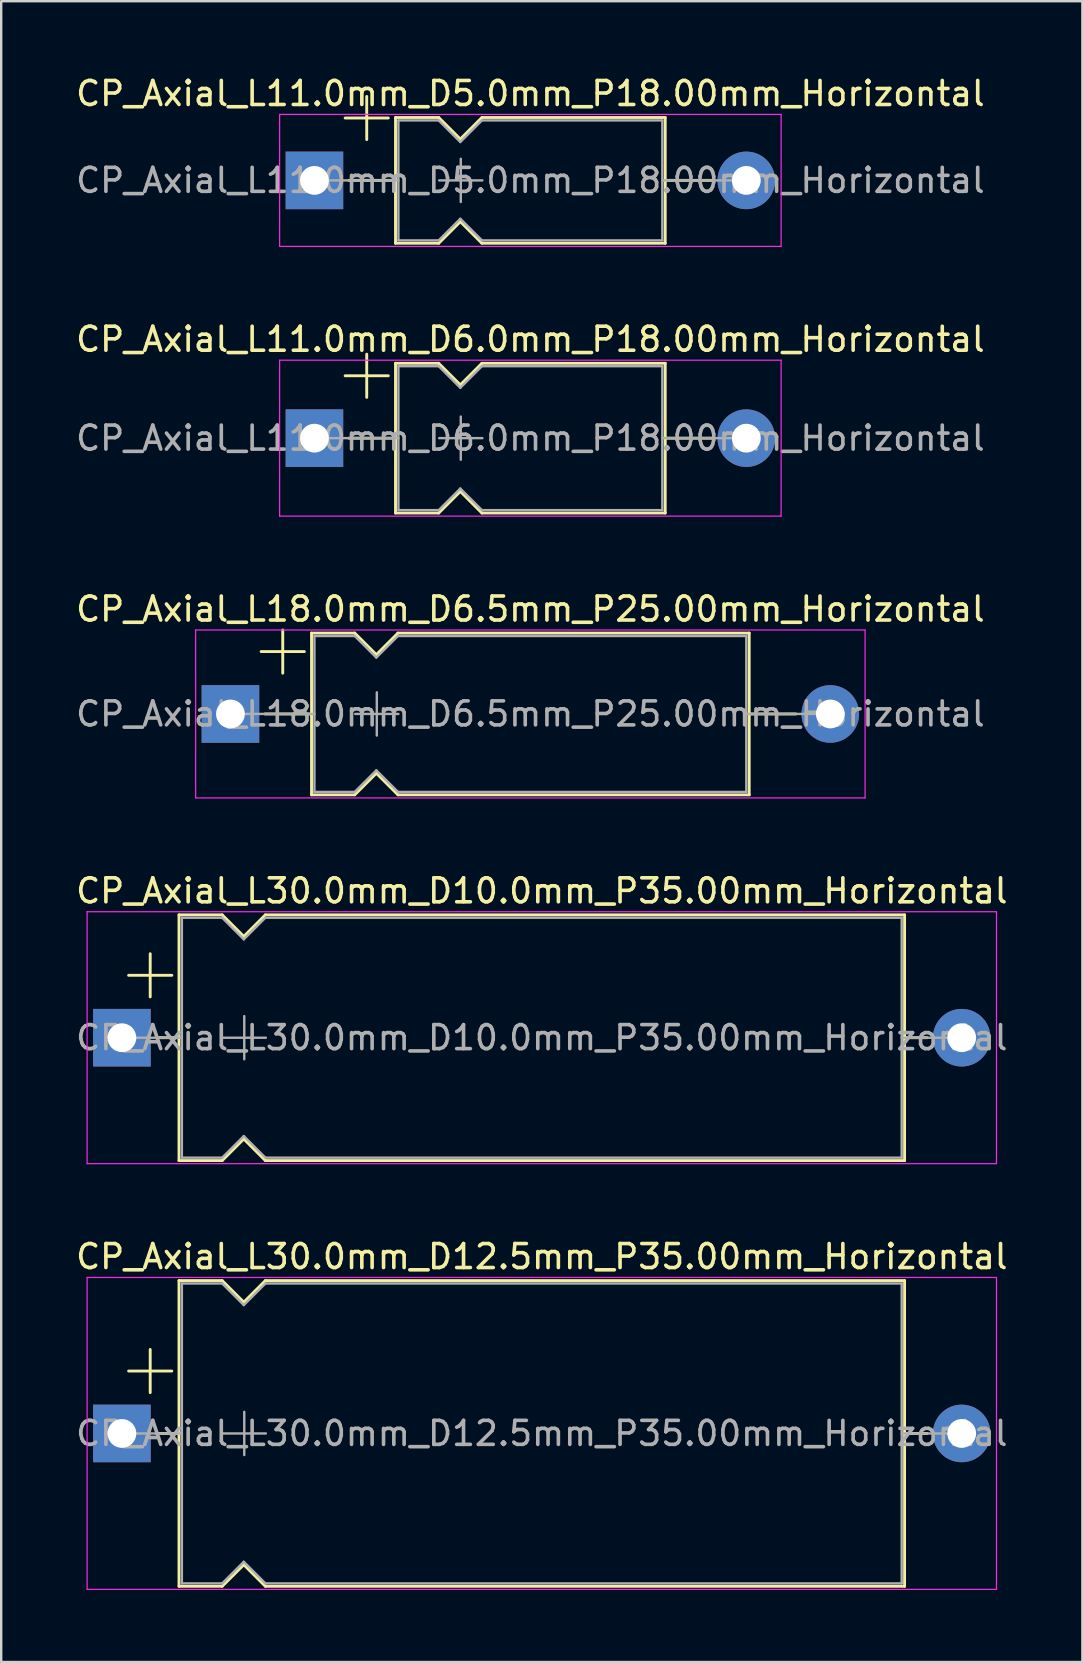
<source format=kicad_pcb>
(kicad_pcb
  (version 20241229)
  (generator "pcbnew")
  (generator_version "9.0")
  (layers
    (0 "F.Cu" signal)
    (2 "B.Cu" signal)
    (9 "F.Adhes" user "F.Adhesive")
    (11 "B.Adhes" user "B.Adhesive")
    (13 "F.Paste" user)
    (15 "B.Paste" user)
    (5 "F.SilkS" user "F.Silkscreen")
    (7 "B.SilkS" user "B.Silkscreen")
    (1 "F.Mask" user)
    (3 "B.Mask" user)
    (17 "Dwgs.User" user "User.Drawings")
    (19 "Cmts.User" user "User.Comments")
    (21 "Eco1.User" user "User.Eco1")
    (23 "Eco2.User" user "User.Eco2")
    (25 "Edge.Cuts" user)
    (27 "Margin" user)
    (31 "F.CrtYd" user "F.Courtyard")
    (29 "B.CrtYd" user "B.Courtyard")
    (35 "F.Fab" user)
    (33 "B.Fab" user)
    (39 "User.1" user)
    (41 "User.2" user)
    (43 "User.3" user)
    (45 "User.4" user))
  (footprint "CP_Axial_L11.0mm_D6.0mm_P18.00mm_Horizontal"
    (layer "F.Cu")
    (at 10.054 15.211)
    (property "Reference" "CP_Axial_L11.0mm_D6.0mm_P18.00mm_Horizontal" (at 9 -4.12 0) (layer "F.SilkS") (effects (font (size 1 1) (thickness 0.15))))
    (attr through_hole)
    (fp_line (start 1.28 -2.6) (end 3.08 -2.6) (stroke (width 0.12) (type solid)) (layer "F.SilkS"))
    (fp_line (start 1.44 0) (end 3.38 0) (stroke (width 0.12) (type solid)) (layer "F.SilkS"))
    (fp_line (start 2.18 -3.5) (end 2.18 -1.7) (stroke (width 0.12) (type solid)) (layer "F.SilkS"))
    (fp_line (start 3.38 -3.12) (end 3.38 3.12) (stroke (width 0.12) (type solid)) (layer "F.SilkS"))
    (fp_line (start 3.38 -3.12) (end 5.18 -3.12) (stroke (width 0.12) (type solid)) (layer "F.SilkS"))
    (fp_line (start 3.38 3.12) (end 5.18 3.12) (stroke (width 0.12) (type solid)) (layer "F.SilkS"))
    (fp_line (start 5.18 -3.12) (end 6.08 -2.22) (stroke (width 0.12) (type solid)) (layer "F.SilkS"))
    (fp_line (start 5.18 3.12) (end 6.08 2.22) (stroke (width 0.12) (type solid)) (layer "F.SilkS"))
    (fp_line (start 6.08 -2.22) (end 6.98 -3.12) (stroke (width 0.12) (type solid)) (layer "F.SilkS"))
    (fp_line (start 6.08 2.22) (end 6.98 3.12) (stroke (width 0.12) (type solid)) (layer "F.SilkS"))
    (fp_line (start 6.98 -3.12) (end 14.62 -3.12) (stroke (width 0.12) (type solid)) (layer "F.SilkS"))
    (fp_line (start 6.98 3.12) (end 14.62 3.12) (stroke (width 0.12) (type solid)) (layer "F.SilkS"))
    (fp_line (start 14.62 -3.12) (end 14.62 3.12) (stroke (width 0.12) (type solid)) (layer "F.SilkS"))
    (fp_line (start 16.56 0) (end 14.62 0) (stroke (width 0.12) (type solid)) (layer "F.SilkS"))
    (fp_line (start -1.45 -3.25) (end -1.45 3.25) (stroke (width 0.05) (type solid)) (layer "F.CrtYd"))
    (fp_line (start -1.45 3.25) (end 19.45 3.25) (stroke (width 0.05) (type solid)) (layer "F.CrtYd"))
    (fp_line (start 19.45 -3.25) (end -1.45 -3.25) (stroke (width 0.05) (type solid)) (layer "F.CrtYd"))
    (fp_line (start 19.45 3.25) (end 19.45 -3.25) (stroke (width 0.05) (type solid)) (layer "F.CrtYd"))
    (fp_line (start 0 0) (end 3.5 0) (stroke (width 0.1) (type solid)) (layer "F.Fab"))
    (fp_line (start 3.5 -3) (end 3.5 3) (stroke (width 0.1) (type solid)) (layer "F.Fab"))
    (fp_line (start 3.5 -3) (end 5.18 -3) (stroke (width 0.1) (type solid)) (layer "F.Fab"))
    (fp_line (start 3.5 3) (end 5.18 3) (stroke (width 0.1) (type solid)) (layer "F.Fab"))
    (fp_line (start 5.18 -3) (end 6.08 -2.1) (stroke (width 0.1) (type solid)) (layer "F.Fab"))
    (fp_line (start 5.18 3) (end 6.08 2.1) (stroke (width 0.1) (type solid)) (layer "F.Fab"))
    (fp_line (start 5.2 0) (end 7 0) (stroke (width 0.1) (type solid)) (layer "F.Fab"))
    (fp_line (start 6.08 -2.1) (end 6.98 -3) (stroke (width 0.1) (type solid)) (layer "F.Fab"))
    (fp_line (start 6.08 2.1) (end 6.98 3) (stroke (width 0.1) (type solid)) (layer "F.Fab"))
    (fp_line (start 6.1 -0.9) (end 6.1 0.9) (stroke (width 0.1) (type solid)) (layer "F.Fab"))
    (fp_line (start 6.98 -3) (end 14.5 -3) (stroke (width 0.1) (type solid)) (layer "F.Fab"))
    (fp_line (start 6.98 3) (end 14.5 3) (stroke (width 0.1) (type solid)) (layer "F.Fab"))
    (fp_line (start 14.5 -3) (end 14.5 3) (stroke (width 0.1) (type solid)) (layer "F.Fab"))
    (fp_line (start 18 0) (end 14.5 0) (stroke (width 0.1) (type solid)) (layer "F.Fab"))
    (fp_text user "${REFERENCE}" (at 9 0 0) (layer "F.Fab") (effects (font (size 1 1) (thickness 0.15))))
    (pad "1" thru_hole rect (at 0 0) (size 2.4 2.4) (drill 1.2) (layers "*.Cu" "*.Mask"))
    (pad "2" thru_hole oval (at 18 0) (size 2.4 2.4) (drill 1.2) (layers "*.Cu" "*.Mask")))
  (footprint "CP_Axial_L11.0mm_D5.0mm_P18.00mm_Horizontal"
    (layer "F.Cu")
    (at 10.054 4.468)
    (property "Reference" "CP_Axial_L11.0mm_D5.0mm_P18.00mm_Horizontal" (at 9 -3.62 0) (layer "F.SilkS") (effects (font (size 1 1) (thickness 0.15))))
    (attr through_hole)
    (fp_line (start 1.28 -2.6) (end 3.08 -2.6) (stroke (width 0.12) (type solid)) (layer "F.SilkS"))
    (fp_line (start 1.44 0) (end 3.38 0) (stroke (width 0.12) (type solid)) (layer "F.SilkS"))
    (fp_line (start 2.18 -3.5) (end 2.18 -1.7) (stroke (width 0.12) (type solid)) (layer "F.SilkS"))
    (fp_line (start 3.38 -2.62) (end 3.38 2.62) (stroke (width 0.12) (type solid)) (layer "F.SilkS"))
    (fp_line (start 3.38 -2.62) (end 5.18 -2.62) (stroke (width 0.12) (type solid)) (layer "F.SilkS"))
    (fp_line (start 3.38 2.62) (end 5.18 2.62) (stroke (width 0.12) (type solid)) (layer "F.SilkS"))
    (fp_line (start 5.18 -2.62) (end 6.08 -1.72) (stroke (width 0.12) (type solid)) (layer "F.SilkS"))
    (fp_line (start 5.18 2.62) (end 6.08 1.72) (stroke (width 0.12) (type solid)) (layer "F.SilkS"))
    (fp_line (start 6.08 -1.72) (end 6.98 -2.62) (stroke (width 0.12) (type solid)) (layer "F.SilkS"))
    (fp_line (start 6.08 1.72) (end 6.98 2.62) (stroke (width 0.12) (type solid)) (layer "F.SilkS"))
    (fp_line (start 6.98 -2.62) (end 14.62 -2.62) (stroke (width 0.12) (type solid)) (layer "F.SilkS"))
    (fp_line (start 6.98 2.62) (end 14.62 2.62) (stroke (width 0.12) (type solid)) (layer "F.SilkS"))
    (fp_line (start 14.62 -2.62) (end 14.62 2.62) (stroke (width 0.12) (type solid)) (layer "F.SilkS"))
    (fp_line (start 16.56 0) (end 14.62 0) (stroke (width 0.12) (type solid)) (layer "F.SilkS"))
    (fp_line (start -1.45 -2.75) (end -1.45 2.75) (stroke (width 0.05) (type solid)) (layer "F.CrtYd"))
    (fp_line (start -1.45 2.75) (end 19.45 2.75) (stroke (width 0.05) (type solid)) (layer "F.CrtYd"))
    (fp_line (start 19.45 -2.75) (end -1.45 -2.75) (stroke (width 0.05) (type solid)) (layer "F.CrtYd"))
    (fp_line (start 19.45 2.75) (end 19.45 -2.75) (stroke (width 0.05) (type solid)) (layer "F.CrtYd"))
    (fp_line (start 0 0) (end 3.5 0) (stroke (width 0.1) (type solid)) (layer "F.Fab"))
    (fp_line (start 3.5 -2.5) (end 3.5 2.5) (stroke (width 0.1) (type solid)) (layer "F.Fab"))
    (fp_line (start 3.5 -2.5) (end 5.18 -2.5) (stroke (width 0.1) (type solid)) (layer "F.Fab"))
    (fp_line (start 3.5 2.5) (end 5.18 2.5) (stroke (width 0.1) (type solid)) (layer "F.Fab"))
    (fp_line (start 5.18 -2.5) (end 6.08 -1.6) (stroke (width 0.1) (type solid)) (layer "F.Fab"))
    (fp_line (start 5.18 2.5) (end 6.08 1.6) (stroke (width 0.1) (type solid)) (layer "F.Fab"))
    (fp_line (start 5.2 0) (end 7 0) (stroke (width 0.1) (type solid)) (layer "F.Fab"))
    (fp_line (start 6.08 -1.6) (end 6.98 -2.5) (stroke (width 0.1) (type solid)) (layer "F.Fab"))
    (fp_line (start 6.08 1.6) (end 6.98 2.5) (stroke (width 0.1) (type solid)) (layer "F.Fab"))
    (fp_line (start 6.1 -0.9) (end 6.1 0.9) (stroke (width 0.1) (type solid)) (layer "F.Fab"))
    (fp_line (start 6.98 -2.5) (end 14.5 -2.5) (stroke (width 0.1) (type solid)) (layer "F.Fab"))
    (fp_line (start 6.98 2.5) (end 14.5 2.5) (stroke (width 0.1) (type solid)) (layer "F.Fab"))
    (fp_line (start 14.5 -2.5) (end 14.5 2.5) (stroke (width 0.1) (type solid)) (layer "F.Fab"))
    (fp_line (start 18 0) (end 14.5 0) (stroke (width 0.1) (type solid)) (layer "F.Fab"))
    (fp_text user "${REFERENCE}" (at 9 0 0) (layer "F.Fab") (effects (font (size 1 1) (thickness 0.15))))
    (pad "1" thru_hole rect (at 0 0) (size 2.4 2.4) (drill 1.2) (layers "*.Cu" "*.Mask"))
    (pad "2" thru_hole oval (at 18 0) (size 2.4 2.4) (drill 1.2) (layers "*.Cu" "*.Mask")))
  (footprint "CP_Axial_L18.0mm_D6.5mm_P25.00mm_Horizontal"
    (layer "F.Cu")
    (at 6.554 26.705)
    (property "Reference" "CP_Axial_L18.0mm_D6.5mm_P25.00mm_Horizontal" (at 12.5 -4.37 0) (layer "F.SilkS") (effects (font (size 1 1) (thickness 0.15))))
    (attr through_hole)
    (fp_line (start 1.28 -2.6) (end 3.08 -2.6) (stroke (width 0.12) (type solid)) (layer "F.SilkS"))
    (fp_line (start 1.44 0) (end 3.38 0) (stroke (width 0.12) (type solid)) (layer "F.SilkS"))
    (fp_line (start 2.18 -3.5) (end 2.18 -1.7) (stroke (width 0.12) (type solid)) (layer "F.SilkS"))
    (fp_line (start 3.38 -3.37) (end 3.38 3.37) (stroke (width 0.12) (type solid)) (layer "F.SilkS"))
    (fp_line (start 3.38 -3.37) (end 5.18 -3.37) (stroke (width 0.12) (type solid)) (layer "F.SilkS"))
    (fp_line (start 3.38 3.37) (end 5.18 3.37) (stroke (width 0.12) (type solid)) (layer "F.SilkS"))
    (fp_line (start 5.18 -3.37) (end 6.08 -2.47) (stroke (width 0.12) (type solid)) (layer "F.SilkS"))
    (fp_line (start 5.18 3.37) (end 6.08 2.47) (stroke (width 0.12) (type solid)) (layer "F.SilkS"))
    (fp_line (start 6.08 -2.47) (end 6.98 -3.37) (stroke (width 0.12) (type solid)) (layer "F.SilkS"))
    (fp_line (start 6.08 2.47) (end 6.98 3.37) (stroke (width 0.12) (type solid)) (layer "F.SilkS"))
    (fp_line (start 6.98 -3.37) (end 21.62 -3.37) (stroke (width 0.12) (type solid)) (layer "F.SilkS"))
    (fp_line (start 6.98 3.37) (end 21.62 3.37) (stroke (width 0.12) (type solid)) (layer "F.SilkS"))
    (fp_line (start 21.62 -3.37) (end 21.62 3.37) (stroke (width 0.12) (type solid)) (layer "F.SilkS"))
    (fp_line (start 23.56 0) (end 21.62 0) (stroke (width 0.12) (type solid)) (layer "F.SilkS"))
    (fp_line (start -1.45 -3.5) (end -1.45 3.5) (stroke (width 0.05) (type solid)) (layer "F.CrtYd"))
    (fp_line (start -1.45 3.5) (end 26.45 3.5) (stroke (width 0.05) (type solid)) (layer "F.CrtYd"))
    (fp_line (start 26.45 -3.5) (end -1.45 -3.5) (stroke (width 0.05) (type solid)) (layer "F.CrtYd"))
    (fp_line (start 26.45 3.5) (end 26.45 -3.5) (stroke (width 0.05) (type solid)) (layer "F.CrtYd"))
    (fp_line (start 0 0) (end 3.5 0) (stroke (width 0.1) (type solid)) (layer "F.Fab"))
    (fp_line (start 3.5 -3.25) (end 3.5 3.25) (stroke (width 0.1) (type solid)) (layer "F.Fab"))
    (fp_line (start 3.5 -3.25) (end 5.18 -3.25) (stroke (width 0.1) (type solid)) (layer "F.Fab"))
    (fp_line (start 3.5 3.25) (end 5.18 3.25) (stroke (width 0.1) (type solid)) (layer "F.Fab"))
    (fp_line (start 5.18 -3.25) (end 6.08 -2.35) (stroke (width 0.1) (type solid)) (layer "F.Fab"))
    (fp_line (start 5.18 3.25) (end 6.08 2.35) (stroke (width 0.1) (type solid)) (layer "F.Fab"))
    (fp_line (start 5.2 0) (end 7 0) (stroke (width 0.1) (type solid)) (layer "F.Fab"))
    (fp_line (start 6.08 -2.35) (end 6.98 -3.25) (stroke (width 0.1) (type solid)) (layer "F.Fab"))
    (fp_line (start 6.08 2.35) (end 6.98 3.25) (stroke (width 0.1) (type solid)) (layer "F.Fab"))
    (fp_line (start 6.1 -0.9) (end 6.1 0.9) (stroke (width 0.1) (type solid)) (layer "F.Fab"))
    (fp_line (start 6.98 -3.25) (end 21.5 -3.25) (stroke (width 0.1) (type solid)) (layer "F.Fab"))
    (fp_line (start 6.98 3.25) (end 21.5 3.25) (stroke (width 0.1) (type solid)) (layer "F.Fab"))
    (fp_line (start 21.5 -3.25) (end 21.5 3.25) (stroke (width 0.1) (type solid)) (layer "F.Fab"))
    (fp_line (start 25 0) (end 21.5 0) (stroke (width 0.1) (type solid)) (layer "F.Fab"))
    (fp_text user "${REFERENCE}" (at 12.5 0 0) (layer "F.Fab") (effects (font (size 1 1) (thickness 0.15))))
    (pad "1" thru_hole rect (at 0 0) (size 2.4 2.4) (drill 1.2) (layers "*.Cu" "*.Mask"))
    (pad "2" thru_hole oval (at 25 0) (size 2.4 2.4) (drill 1.2) (layers "*.Cu" "*.Mask")))
  (footprint "CP_Axial_L30.0mm_D10.0mm_P35.00mm_Horizontal"
    (layer "F.Cu")
    (at 2.03 40.198)
    (property "Reference" "CP_Axial_L30.0mm_D10.0mm_P35.00mm_Horizontal" (at 17.5 -6.12 0) (layer "F.SilkS") (effects (font (size 1 1) (thickness 0.15))))
    (attr through_hole)
    (fp_line (start 0.28 -2.6) (end 2.08 -2.6) (stroke (width 0.12) (type solid)) (layer "F.SilkS"))
    (fp_line (start 1.18 -3.5) (end 1.18 -1.7) (stroke (width 0.12) (type solid)) (layer "F.SilkS"))
    (fp_line (start 1.44 0) (end 2.38 0) (stroke (width 0.12) (type solid)) (layer "F.SilkS"))
    (fp_line (start 2.38 -5.12) (end 2.38 5.12) (stroke (width 0.12) (type solid)) (layer "F.SilkS"))
    (fp_line (start 2.38 -5.12) (end 4.18 -5.12) (stroke (width 0.12) (type solid)) (layer "F.SilkS"))
    (fp_line (start 2.38 5.12) (end 4.18 5.12) (stroke (width 0.12) (type solid)) (layer "F.SilkS"))
    (fp_line (start 4.18 -5.12) (end 5.08 -4.22) (stroke (width 0.12) (type solid)) (layer "F.SilkS"))
    (fp_line (start 4.18 5.12) (end 5.08 4.22) (stroke (width 0.12) (type solid)) (layer "F.SilkS"))
    (fp_line (start 5.08 -4.22) (end 5.98 -5.12) (stroke (width 0.12) (type solid)) (layer "F.SilkS"))
    (fp_line (start 5.08 4.22) (end 5.98 5.12) (stroke (width 0.12) (type solid)) (layer "F.SilkS"))
    (fp_line (start 5.98 -5.12) (end 32.62 -5.12) (stroke (width 0.12) (type solid)) (layer "F.SilkS"))
    (fp_line (start 5.98 5.12) (end 32.62 5.12) (stroke (width 0.12) (type solid)) (layer "F.SilkS"))
    (fp_line (start 32.62 -5.12) (end 32.62 5.12) (stroke (width 0.12) (type solid)) (layer "F.SilkS"))
    (fp_line (start 33.56 0) (end 32.62 0) (stroke (width 0.12) (type solid)) (layer "F.SilkS"))
    (fp_line (start -1.45 -5.25) (end -1.45 5.25) (stroke (width 0.05) (type solid)) (layer "F.CrtYd"))
    (fp_line (start -1.45 5.25) (end 36.45 5.25) (stroke (width 0.05) (type solid)) (layer "F.CrtYd"))
    (fp_line (start 36.45 -5.25) (end -1.45 -5.25) (stroke (width 0.05) (type solid)) (layer "F.CrtYd"))
    (fp_line (start 36.45 5.25) (end 36.45 -5.25) (stroke (width 0.05) (type solid)) (layer "F.CrtYd"))
    (fp_line (start 0 0) (end 2.5 0) (stroke (width 0.1) (type solid)) (layer "F.Fab"))
    (fp_line (start 2.5 -5) (end 2.5 5) (stroke (width 0.1) (type solid)) (layer "F.Fab"))
    (fp_line (start 2.5 -5) (end 4.18 -5) (stroke (width 0.1) (type solid)) (layer "F.Fab"))
    (fp_line (start 2.5 5) (end 4.18 5) (stroke (width 0.1) (type solid)) (layer "F.Fab"))
    (fp_line (start 4.18 -5) (end 5.08 -4.1) (stroke (width 0.1) (type solid)) (layer "F.Fab"))
    (fp_line (start 4.18 5) (end 5.08 4.1) (stroke (width 0.1) (type solid)) (layer "F.Fab"))
    (fp_line (start 4.2 0) (end 6 0) (stroke (width 0.1) (type solid)) (layer "F.Fab"))
    (fp_line (start 5.08 -4.1) (end 5.98 -5) (stroke (width 0.1) (type solid)) (layer "F.Fab"))
    (fp_line (start 5.08 4.1) (end 5.98 5) (stroke (width 0.1) (type solid)) (layer "F.Fab"))
    (fp_line (start 5.1 -0.9) (end 5.1 0.9) (stroke (width 0.1) (type solid)) (layer "F.Fab"))
    (fp_line (start 5.98 -5) (end 32.5 -5) (stroke (width 0.1) (type solid)) (layer "F.Fab"))
    (fp_line (start 5.98 5) (end 32.5 5) (stroke (width 0.1) (type solid)) (layer "F.Fab"))
    (fp_line (start 32.5 -5) (end 32.5 5) (stroke (width 0.1) (type solid)) (layer "F.Fab"))
    (fp_line (start 35 0) (end 32.5 0) (stroke (width 0.1) (type solid)) (layer "F.Fab"))
    (fp_text user "${REFERENCE}" (at 17.5 0 0) (layer "F.Fab") (effects (font (size 1 1) (thickness 0.15))))
    (pad "1" thru_hole rect (at 0 0) (size 2.4 2.4) (drill 1.2) (layers "*.Cu" "*.Mask"))
    (pad "2" thru_hole oval (at 35 0) (size 2.4 2.4) (drill 1.2) (layers "*.Cu" "*.Mask")))
  (footprint "CP_Axial_L30.0mm_D12.5mm_P35.00mm_Horizontal"
    (layer "F.Cu")
    (at 2.03 56.691)
    (property "Reference" "CP_Axial_L30.0mm_D12.5mm_P35.00mm_Horizontal" (at 17.5 -7.37 0) (layer "F.SilkS") (effects (font (size 1 1) (thickness 0.15))))
    (attr through_hole)
    (fp_line (start 0.28 -2.6) (end 2.08 -2.6) (stroke (width 0.12) (type solid)) (layer "F.SilkS"))
    (fp_line (start 1.18 -3.5) (end 1.18 -1.7) (stroke (width 0.12) (type solid)) (layer "F.SilkS"))
    (fp_line (start 1.44 0) (end 2.38 0) (stroke (width 0.12) (type solid)) (layer "F.SilkS"))
    (fp_line (start 2.38 -6.37) (end 2.38 6.37) (stroke (width 0.12) (type solid)) (layer "F.SilkS"))
    (fp_line (start 2.38 -6.37) (end 4.18 -6.37) (stroke (width 0.12) (type solid)) (layer "F.SilkS"))
    (fp_line (start 2.38 6.37) (end 4.18 6.37) (stroke (width 0.12) (type solid)) (layer "F.SilkS"))
    (fp_line (start 4.18 -6.37) (end 5.08 -5.47) (stroke (width 0.12) (type solid)) (layer "F.SilkS"))
    (fp_line (start 4.18 6.37) (end 5.08 5.47) (stroke (width 0.12) (type solid)) (layer "F.SilkS"))
    (fp_line (start 5.08 -5.47) (end 5.98 -6.37) (stroke (width 0.12) (type solid)) (layer "F.SilkS"))
    (fp_line (start 5.08 5.47) (end 5.98 6.37) (stroke (width 0.12) (type solid)) (layer "F.SilkS"))
    (fp_line (start 5.98 -6.37) (end 32.62 -6.37) (stroke (width 0.12) (type solid)) (layer "F.SilkS"))
    (fp_line (start 5.98 6.37) (end 32.62 6.37) (stroke (width 0.12) (type solid)) (layer "F.SilkS"))
    (fp_line (start 32.62 -6.37) (end 32.62 6.37) (stroke (width 0.12) (type solid)) (layer "F.SilkS"))
    (fp_line (start 33.56 0) (end 32.62 0) (stroke (width 0.12) (type solid)) (layer "F.SilkS"))
    (fp_line (start -1.45 -6.5) (end -1.45 6.5) (stroke (width 0.05) (type solid)) (layer "F.CrtYd"))
    (fp_line (start -1.45 6.5) (end 36.45 6.5) (stroke (width 0.05) (type solid)) (layer "F.CrtYd"))
    (fp_line (start 36.45 -6.5) (end -1.45 -6.5) (stroke (width 0.05) (type solid)) (layer "F.CrtYd"))
    (fp_line (start 36.45 6.5) (end 36.45 -6.5) (stroke (width 0.05) (type solid)) (layer "F.CrtYd"))
    (fp_line (start 0 0) (end 2.5 0) (stroke (width 0.1) (type solid)) (layer "F.Fab"))
    (fp_line (start 2.5 -6.25) (end 2.5 6.25) (stroke (width 0.1) (type solid)) (layer "F.Fab"))
    (fp_line (start 2.5 -6.25) (end 4.18 -6.25) (stroke (width 0.1) (type solid)) (layer "F.Fab"))
    (fp_line (start 2.5 6.25) (end 4.18 6.25) (stroke (width 0.1) (type solid)) (layer "F.Fab"))
    (fp_line (start 4.18 -6.25) (end 5.08 -5.35) (stroke (width 0.1) (type solid)) (layer "F.Fab"))
    (fp_line (start 4.18 6.25) (end 5.08 5.35) (stroke (width 0.1) (type solid)) (layer "F.Fab"))
    (fp_line (start 4.2 0) (end 6 0) (stroke (width 0.1) (type solid)) (layer "F.Fab"))
    (fp_line (start 5.08 -5.35) (end 5.98 -6.25) (stroke (width 0.1) (type solid)) (layer "F.Fab"))
    (fp_line (start 5.08 5.35) (end 5.98 6.25) (stroke (width 0.1) (type solid)) (layer "F.Fab"))
    (fp_line (start 5.1 -0.9) (end 5.1 0.9) (stroke (width 0.1) (type solid)) (layer "F.Fab"))
    (fp_line (start 5.98 -6.25) (end 32.5 -6.25) (stroke (width 0.1) (type solid)) (layer "F.Fab"))
    (fp_line (start 5.98 6.25) (end 32.5 6.25) (stroke (width 0.1) (type solid)) (layer "F.Fab"))
    (fp_line (start 32.5 -6.25) (end 32.5 6.25) (stroke (width 0.1) (type solid)) (layer "F.Fab"))
    (fp_line (start 35 0) (end 32.5 0) (stroke (width 0.1) (type solid)) (layer "F.Fab"))
    (fp_text user "${REFERENCE}" (at 17.5 0 0) (layer "F.Fab") (effects (font (size 1 1) (thickness 0.15))))
    (pad "1" thru_hole rect (at 0 0) (size 2.4 2.4) (drill 1.2) (layers "*.Cu" "*.Mask"))
    (pad "2" thru_hole oval (at 35 0) (size 2.4 2.4) (drill 1.2) (layers "*.Cu" "*.Mask")))
  (gr_rect
    (start -3 -3)
    (end 42.06 66.216)
    (stroke (width 0.1) (type default))
    (fill no)
    (layer "Edge.Cuts")))
</source>
